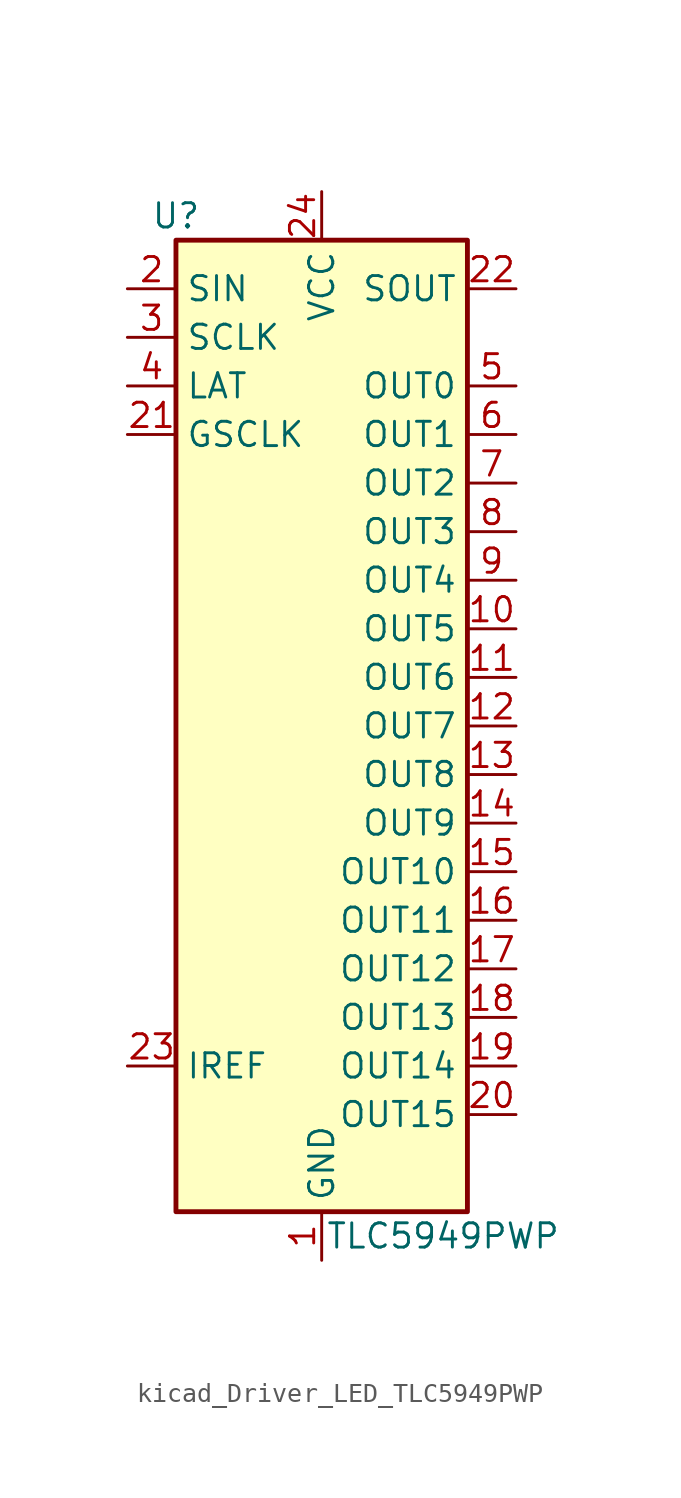
<source format=kicad_sym>
(kicad_symbol_lib
  (version 20220914)
  (generator kicad_symbol_editor)
  (symbol "kicad_Driver_LED_TLC5949PWP"
    (property "Reference" "U"
      (at -7.62 26.67 0)
      (effects (font (size 1.27 1.27))))
    (property "Value" "TLC5949PWP"
      (at 6.35 -26.67 0)
      (effects (font (size 1.27 1.27))))
    (symbol "kicad_Driver_LED_TLC5949PWP_0_1"
      (rectangle (start -7.62 25.4) (end 7.62 -25.4) (stroke (width 0.254) (type default)) (fill (type background))))
    (symbol "kicad_Driver_LED_TLC5949PWP_1_1"
      (pin power_in line (at 0 -27.94 90) (length 2.54) (name "GND" (effects (font (size 1.27 1.27)))) (number "1" (effects (font (size 1.27 1.27)))))
      (pin open_collector line (at 10.16 5.08 180) (length 2.54) (name "OUT5" (effects (font (size 1.27 1.27)))) (number "10" (effects (font (size 1.27 1.27)))))
      (pin open_collector line (at 10.16 2.54 180) (length 2.54) (name "OUT6" (effects (font (size 1.27 1.27)))) (number "11" (effects (font (size 1.27 1.27)))))
      (pin open_collector line (at 10.16 0 180) (length 2.54) (name "OUT7" (effects (font (size 1.27 1.27)))) (number "12" (effects (font (size 1.27 1.27)))))
      (pin open_collector line (at 10.16 -2.54 180) (length 2.54) (name "OUT8" (effects (font (size 1.27 1.27)))) (number "13" (effects (font (size 1.27 1.27)))))
      (pin open_collector line (at 10.16 -5.08 180) (length 2.54) (name "OUT9" (effects (font (size 1.27 1.27)))) (number "14" (effects (font (size 1.27 1.27)))))
      (pin open_collector line (at 10.16 -7.62 180) (length 2.54) (name "OUT10" (effects (font (size 1.27 1.27)))) (number "15" (effects (font (size 1.27 1.27)))))
      (pin open_collector line (at 10.16 -10.16 180) (length 2.54) (name "OUT11" (effects (font (size 1.27 1.27)))) (number "16" (effects (font (size 1.27 1.27)))))
      (pin open_collector line (at 10.16 -12.7 180) (length 2.54) (name "OUT12" (effects (font (size 1.27 1.27)))) (number "17" (effects (font (size 1.27 1.27)))))
      (pin open_collector line (at 10.16 -15.24 180) (length 2.54) (name "OUT13" (effects (font (size 1.27 1.27)))) (number "18" (effects (font (size 1.27 1.27)))))
      (pin open_collector line (at 10.16 -17.78 180) (length 2.54) (name "OUT14" (effects (font (size 1.27 1.27)))) (number "19" (effects (font (size 1.27 1.27)))))
      (pin input line (at -10.16 22.86 0) (length 2.54) (name "SIN" (effects (font (size 1.27 1.27)))) (number "2" (effects (font (size 1.27 1.27)))))
      (pin open_collector line (at 10.16 -20.32 180) (length 2.54) (name "OUT15" (effects (font (size 1.27 1.27)))) (number "20" (effects (font (size 1.27 1.27)))))
      (pin input line (at -10.16 15.24 0) (length 2.54) (name "GSCLK" (effects (font (size 1.27 1.27)))) (number "21" (effects (font (size 1.27 1.27)))))
      (pin output line (at 10.16 22.86 180) (length 2.54) (name "SOUT" (effects (font (size 1.27 1.27)))) (number "22" (effects (font (size 1.27 1.27)))))
      (pin input line (at -10.16 -17.78 0) (length 2.54) (name "IREF" (effects (font (size 1.27 1.27)))) (number "23" (effects (font (size 1.27 1.27)))))
      (pin power_in line (at 0 27.94 270) (length 2.54) (name "VCC" (effects (font (size 1.27 1.27)))) (number "24" (effects (font (size 1.27 1.27)))))
      (pin passive line (at 0 -27.94 90) (length 2.54) hide (name "GND" (effects (font (size 1.27 1.27)))) (number "25" (effects (font (size 1.27 1.27)))))
      (pin input line (at -10.16 20.32 0) (length 2.54) (name "SCLK" (effects (font (size 1.27 1.27)))) (number "3" (effects (font (size 1.27 1.27)))))
      (pin input line (at -10.16 17.78 0) (length 2.54) (name "LAT" (effects (font (size 1.27 1.27)))) (number "4" (effects (font (size 1.27 1.27)))))
      (pin open_collector line (at 10.16 17.78 180) (length 2.54) (name "OUT0" (effects (font (size 1.27 1.27)))) (number "5" (effects (font (size 1.27 1.27)))))
      (pin open_collector line (at 10.16 15.24 180) (length 2.54) (name "OUT1" (effects (font (size 1.27 1.27)))) (number "6" (effects (font (size 1.27 1.27)))))
      (pin open_collector line (at 10.16 12.7 180) (length 2.54) (name "OUT2" (effects (font (size 1.27 1.27)))) (number "7" (effects (font (size 1.27 1.27)))))
      (pin open_collector line (at 10.16 10.16 180) (length 2.54) (name "OUT3" (effects (font (size 1.27 1.27)))) (number "8" (effects (font (size 1.27 1.27)))))
      (pin open_collector line (at 10.16 7.62 180) (length 2.54) (name "OUT4" (effects (font (size 1.27 1.27)))) (number "9" (effects (font (size 1.27 1.27))))))))
</source>
